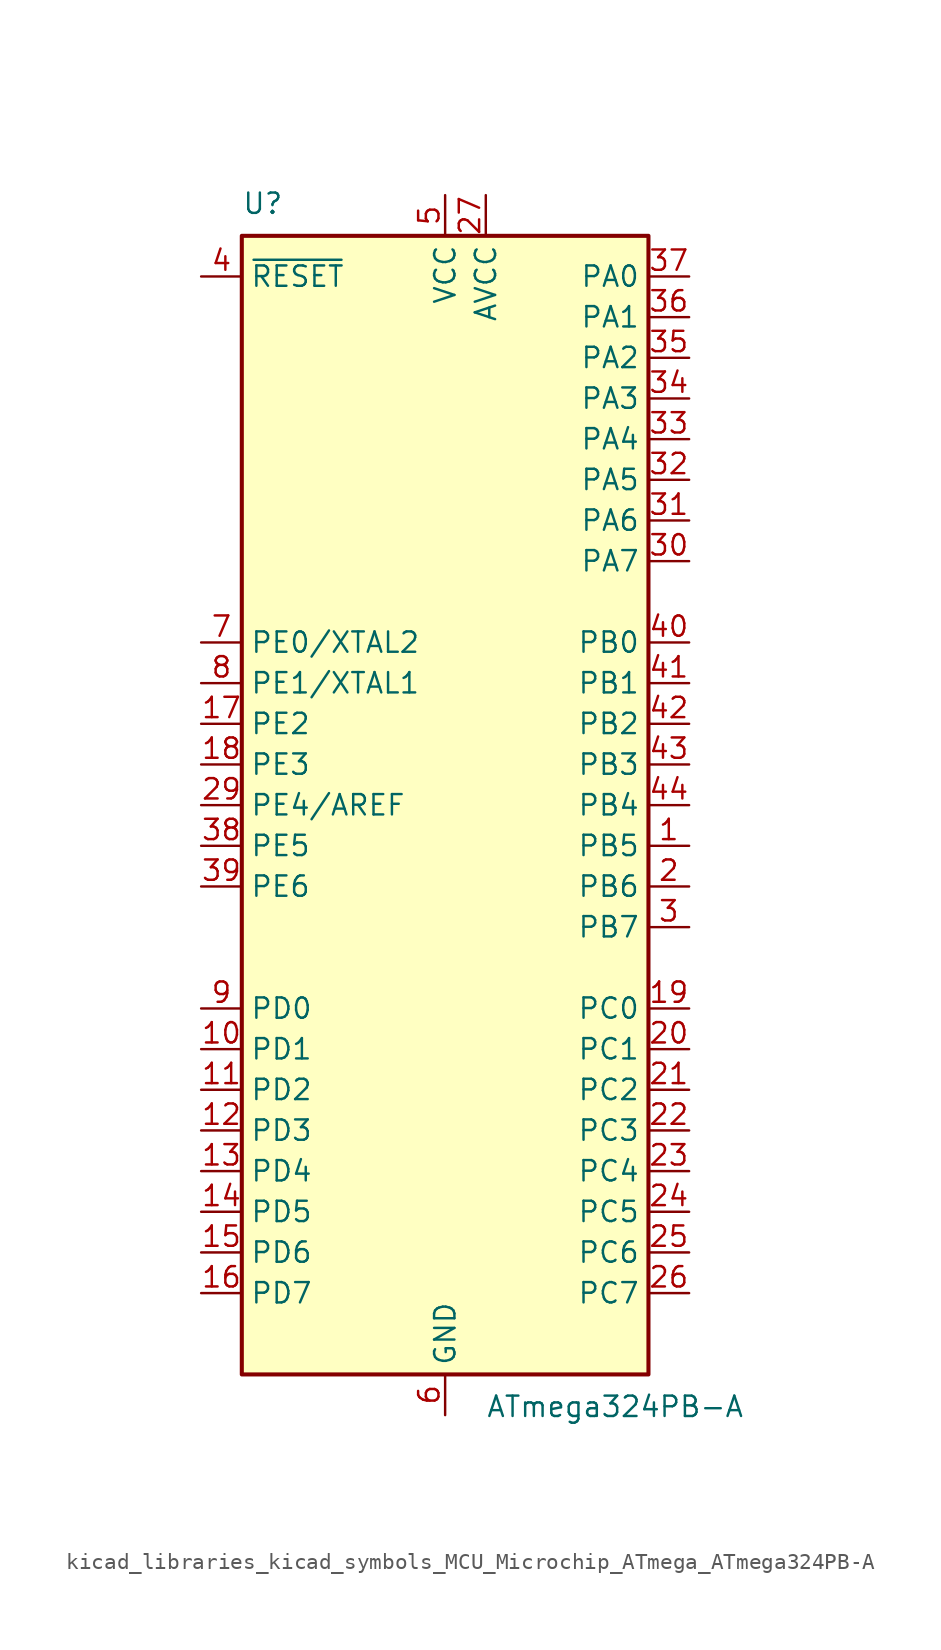
<source format=kicad_sym>
(kicad_symbol_lib
  (version 20220914)
  (generator kicad_symbol_editor)
  (symbol "kicad_libraries_kicad_symbols_MCU_Microchip_ATmega_ATmega324PB-A"
    (property "Reference" "U"
      (at -12.7 36.83 0)
      (effects (font (size 1.27 1.27)) (justify left bottom)))
    (property "Value" "ATmega324PB-A"
      (at 2.54 -36.83 0)
      (effects (font (size 1.27 1.27)) (justify left top)))
    (symbol "kicad_libraries_kicad_symbols_MCU_Microchip_ATmega_ATmega324PB-A_0_1"
      (rectangle (start -12.7 -35.56) (end 12.7 35.56) (stroke (width 0.254) (type default)) (fill (type background))))
    (symbol "kicad_libraries_kicad_symbols_MCU_Microchip_ATmega_ATmega324PB-A_1_1"
      (pin bidirectional line (at 15.24 -2.54 180) (length 2.54) (name "PB5" (effects (font (size 1.27 1.27)))) (number "1" (effects (font (size 1.27 1.27)))))
      (pin bidirectional line (at -15.24 -15.24 0) (length 2.54) (name "PD1" (effects (font (size 1.27 1.27)))) (number "10" (effects (font (size 1.27 1.27)))))
      (pin bidirectional line (at -15.24 -17.78 0) (length 2.54) (name "PD2" (effects (font (size 1.27 1.27)))) (number "11" (effects (font (size 1.27 1.27)))))
      (pin bidirectional line (at -15.24 -20.32 0) (length 2.54) (name "PD3" (effects (font (size 1.27 1.27)))) (number "12" (effects (font (size 1.27 1.27)))))
      (pin bidirectional line (at -15.24 -22.86 0) (length 2.54) (name "PD4" (effects (font (size 1.27 1.27)))) (number "13" (effects (font (size 1.27 1.27)))))
      (pin bidirectional line (at -15.24 -25.4 0) (length 2.54) (name "PD5" (effects (font (size 1.27 1.27)))) (number "14" (effects (font (size 1.27 1.27)))))
      (pin bidirectional line (at -15.24 -27.94 0) (length 2.54) (name "PD6" (effects (font (size 1.27 1.27)))) (number "15" (effects (font (size 1.27 1.27)))))
      (pin bidirectional line (at -15.24 -30.48 0) (length 2.54) (name "PD7" (effects (font (size 1.27 1.27)))) (number "16" (effects (font (size 1.27 1.27)))))
      (pin bidirectional line (at -15.24 5.08 0) (length 2.54) (name "PE2" (effects (font (size 1.27 1.27)))) (number "17" (effects (font (size 1.27 1.27)))))
      (pin bidirectional line (at -15.24 2.54 0) (length 2.54) (name "PE3" (effects (font (size 1.27 1.27)))) (number "18" (effects (font (size 1.27 1.27)))))
      (pin bidirectional line (at 15.24 -12.7 180) (length 2.54) (name "PC0" (effects (font (size 1.27 1.27)))) (number "19" (effects (font (size 1.27 1.27)))))
      (pin bidirectional line (at 15.24 -5.08 180) (length 2.54) (name "PB6" (effects (font (size 1.27 1.27)))) (number "2" (effects (font (size 1.27 1.27)))))
      (pin bidirectional line (at 15.24 -15.24 180) (length 2.54) (name "PC1" (effects (font (size 1.27 1.27)))) (number "20" (effects (font (size 1.27 1.27)))))
      (pin bidirectional line (at 15.24 -17.78 180) (length 2.54) (name "PC2" (effects (font (size 1.27 1.27)))) (number "21" (effects (font (size 1.27 1.27)))))
      (pin bidirectional line (at 15.24 -20.32 180) (length 2.54) (name "PC3" (effects (font (size 1.27 1.27)))) (number "22" (effects (font (size 1.27 1.27)))))
      (pin bidirectional line (at 15.24 -22.86 180) (length 2.54) (name "PC4" (effects (font (size 1.27 1.27)))) (number "23" (effects (font (size 1.27 1.27)))))
      (pin bidirectional line (at 15.24 -25.4 180) (length 2.54) (name "PC5" (effects (font (size 1.27 1.27)))) (number "24" (effects (font (size 1.27 1.27)))))
      (pin bidirectional line (at 15.24 -27.94 180) (length 2.54) (name "PC6" (effects (font (size 1.27 1.27)))) (number "25" (effects (font (size 1.27 1.27)))))
      (pin bidirectional line (at 15.24 -30.48 180) (length 2.54) (name "PC7" (effects (font (size 1.27 1.27)))) (number "26" (effects (font (size 1.27 1.27)))))
      (pin power_in line (at 2.54 38.1 270) (length 2.54) (name "AVCC" (effects (font (size 1.27 1.27)))) (number "27" (effects (font (size 1.27 1.27)))))
      (pin passive line (at 0 -38.1 90) (length 2.54) hide (name "GND" (effects (font (size 1.27 1.27)))) (number "28" (effects (font (size 1.27 1.27)))))
      (pin bidirectional line (at -15.24 0 0) (length 2.54) (name "PE4/AREF" (effects (font (size 1.27 1.27)))) (number "29" (effects (font (size 1.27 1.27)))))
      (pin bidirectional line (at 15.24 -7.62 180) (length 2.54) (name "PB7" (effects (font (size 1.27 1.27)))) (number "3" (effects (font (size 1.27 1.27)))))
      (pin bidirectional line (at 15.24 15.24 180) (length 2.54) (name "PA7" (effects (font (size 1.27 1.27)))) (number "30" (effects (font (size 1.27 1.27)))))
      (pin bidirectional line (at 15.24 17.78 180) (length 2.54) (name "PA6" (effects (font (size 1.27 1.27)))) (number "31" (effects (font (size 1.27 1.27)))))
      (pin bidirectional line (at 15.24 20.32 180) (length 2.54) (name "PA5" (effects (font (size 1.27 1.27)))) (number "32" (effects (font (size 1.27 1.27)))))
      (pin bidirectional line (at 15.24 22.86 180) (length 2.54) (name "PA4" (effects (font (size 1.27 1.27)))) (number "33" (effects (font (size 1.27 1.27)))))
      (pin bidirectional line (at 15.24 25.4 180) (length 2.54) (name "PA3" (effects (font (size 1.27 1.27)))) (number "34" (effects (font (size 1.27 1.27)))))
      (pin bidirectional line (at 15.24 27.94 180) (length 2.54) (name "PA2" (effects (font (size 1.27 1.27)))) (number "35" (effects (font (size 1.27 1.27)))))
      (pin bidirectional line (at 15.24 30.48 180) (length 2.54) (name "PA1" (effects (font (size 1.27 1.27)))) (number "36" (effects (font (size 1.27 1.27)))))
      (pin bidirectional line (at 15.24 33.02 180) (length 2.54) (name "PA0" (effects (font (size 1.27 1.27)))) (number "37" (effects (font (size 1.27 1.27)))))
      (pin bidirectional line (at -15.24 -2.54 0) (length 2.54) (name "PE5" (effects (font (size 1.27 1.27)))) (number "38" (effects (font (size 1.27 1.27)))))
      (pin bidirectional line (at -15.24 -5.08 0) (length 2.54) (name "PE6" (effects (font (size 1.27 1.27)))) (number "39" (effects (font (size 1.27 1.27)))))
      (pin input line (at -15.24 33.02 0) (length 2.54) (name "~{RESET}" (effects (font (size 1.27 1.27)))) (number "4" (effects (font (size 1.27 1.27)))))
      (pin bidirectional line (at 15.24 10.16 180) (length 2.54) (name "PB0" (effects (font (size 1.27 1.27)))) (number "40" (effects (font (size 1.27 1.27)))))
      (pin bidirectional line (at 15.24 7.62 180) (length 2.54) (name "PB1" (effects (font (size 1.27 1.27)))) (number "41" (effects (font (size 1.27 1.27)))))
      (pin bidirectional line (at 15.24 5.08 180) (length 2.54) (name "PB2" (effects (font (size 1.27 1.27)))) (number "42" (effects (font (size 1.27 1.27)))))
      (pin bidirectional line (at 15.24 2.54 180) (length 2.54) (name "PB3" (effects (font (size 1.27 1.27)))) (number "43" (effects (font (size 1.27 1.27)))))
      (pin bidirectional line (at 15.24 0 180) (length 2.54) (name "PB4" (effects (font (size 1.27 1.27)))) (number "44" (effects (font (size 1.27 1.27)))))
      (pin power_in line (at 0 38.1 270) (length 2.54) (name "VCC" (effects (font (size 1.27 1.27)))) (number "5" (effects (font (size 1.27 1.27)))))
      (pin power_in line (at 0 -38.1 90) (length 2.54) (name "GND" (effects (font (size 1.27 1.27)))) (number "6" (effects (font (size 1.27 1.27)))))
      (pin bidirectional line (at -15.24 10.16 0) (length 2.54) (name "PE0/XTAL2" (effects (font (size 1.27 1.27)))) (number "7" (effects (font (size 1.27 1.27)))))
      (pin bidirectional line (at -15.24 7.62 0) (length 2.54) (name "PE1/XTAL1" (effects (font (size 1.27 1.27)))) (number "8" (effects (font (size 1.27 1.27)))))
      (pin bidirectional line (at -15.24 -12.7 0) (length 2.54) (name "PD0" (effects (font (size 1.27 1.27)))) (number "9" (effects (font (size 1.27 1.27))))))))
</source>
